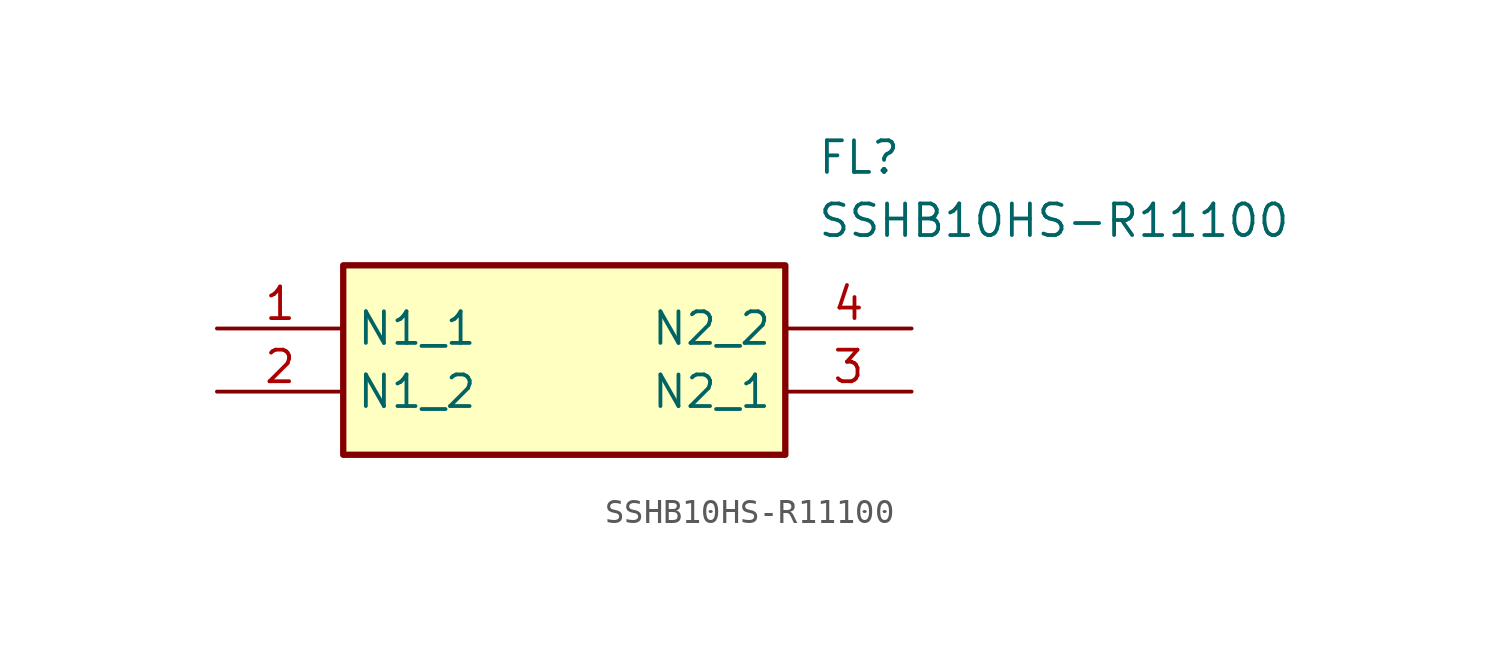
<source format=kicad_sym>
(kicad_symbol_lib
  (version 20211014)
  (generator SamacSys_ECAD_Model)
  (symbol "SSHB10HS-R11100"
    (property "Reference" "FL"
      (at 24.13 7.62 0)
      (effects (font (size 1.27 1.27)) (justify left top)))
    (property "Value" "SSHB10HS-R11100"
      (at 24.13 5.08 0)
      (effects (font (size 1.27 1.27)) (justify left top)))
    (rectangle
      (start 5.08 2.54)
      (end 22.86 -5.08)
      (stroke (width 0.254) (type default))
      (fill (type background)))
    (pin passive line
      (at 0 0 0)
      (length 5.08)
      (name "N1_1" (effects (font (size 1.27 1.27))))
      (number "1" (effects (font (size 1.27 1.27)))))
    (pin passive line
      (at 0 -2.54 0)
      (length 5.08)
      (name "N1_2" (effects (font (size 1.27 1.27))))
      (number "2" (effects (font (size 1.27 1.27)))))
    (pin passive line
      (at 27.94 -2.54 180)
      (length 5.08)
      (name "N2_1" (effects (font (size 1.27 1.27))))
      (number "3" (effects (font (size 1.27 1.27)))))
    (pin passive line
      (at 27.94 0 180)
      (length 5.08)
      (name "N2_2" (effects (font (size 1.27 1.27))))
      (number "4" (effects (font (size 1.27 1.27)))))))
</source>
